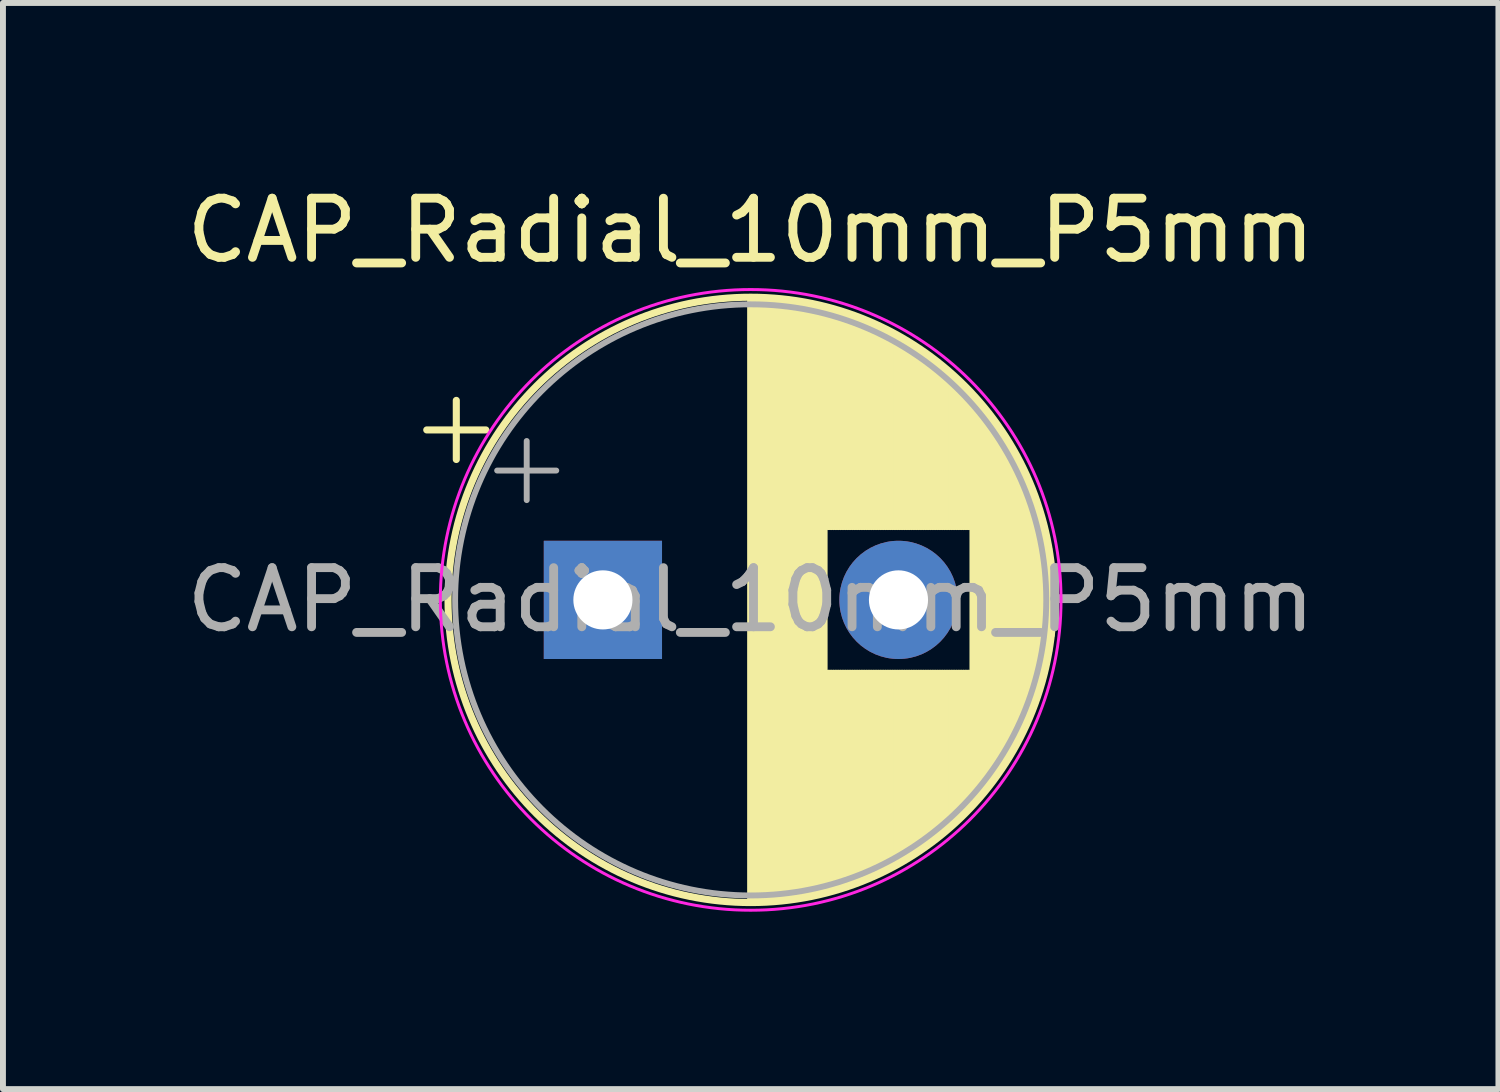
<source format=kicad_pcb>
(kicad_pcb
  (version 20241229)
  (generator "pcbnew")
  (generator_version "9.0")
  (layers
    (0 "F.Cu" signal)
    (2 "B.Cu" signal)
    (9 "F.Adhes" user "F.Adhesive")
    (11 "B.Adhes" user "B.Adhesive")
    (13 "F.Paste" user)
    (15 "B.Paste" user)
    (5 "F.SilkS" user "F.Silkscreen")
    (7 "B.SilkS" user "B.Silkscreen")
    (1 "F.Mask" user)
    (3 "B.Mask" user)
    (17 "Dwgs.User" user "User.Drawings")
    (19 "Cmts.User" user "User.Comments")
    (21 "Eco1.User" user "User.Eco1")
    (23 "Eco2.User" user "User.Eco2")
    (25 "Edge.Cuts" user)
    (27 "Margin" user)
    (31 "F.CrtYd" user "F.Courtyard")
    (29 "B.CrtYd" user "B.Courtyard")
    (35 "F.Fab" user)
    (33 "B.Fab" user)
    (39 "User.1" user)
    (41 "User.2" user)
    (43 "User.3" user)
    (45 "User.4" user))
  (footprint "CAP_Radial_10mm_P5mm"
    (layer "F.Cu")
    (at 7.149 7.098)
    (property "Reference" "CAP_Radial_10mm_P5mm" (at 2.5 -6.25 0) (layer "F.SilkS") (effects (font (size 1 1) (thickness 0.15))))
    (attr through_hole)
    (fp_line (start -2.98 -2.875) (end -1.98 -2.875) (stroke (width 0.12) (type solid)) (layer "F.SilkS"))
    (fp_line (start -2.48 -3.375) (end -2.48 -2.375) (stroke (width 0.12) (type solid)) (layer "F.SilkS"))
    (fp_line (start 2.5 -5.08) (end 2.5 5.08) (stroke (width 0.12) (type solid)) (layer "F.SilkS"))
    (fp_line (start 2.54 -5.08) (end 2.54 5.08) (stroke (width 0.12) (type solid)) (layer "F.SilkS"))
    (fp_line (start 2.58 -5.08) (end 2.58 5.08) (stroke (width 0.12) (type solid)) (layer "F.SilkS"))
    (fp_line (start 2.62 -5.079) (end 2.62 5.079) (stroke (width 0.12) (type solid)) (layer "F.SilkS"))
    (fp_line (start 2.66 -5.078) (end 2.66 5.078) (stroke (width 0.12) (type solid)) (layer "F.SilkS"))
    (fp_line (start 2.7 -5.077) (end 2.7 5.077) (stroke (width 0.12) (type solid)) (layer "F.SilkS"))
    (fp_line (start 2.74 -5.075) (end 2.74 5.075) (stroke (width 0.12) (type solid)) (layer "F.SilkS"))
    (fp_line (start 2.78 -5.073) (end 2.78 5.073) (stroke (width 0.12) (type solid)) (layer "F.SilkS"))
    (fp_line (start 2.82 -5.07) (end 2.82 5.07) (stroke (width 0.12) (type solid)) (layer "F.SilkS"))
    (fp_line (start 2.86 -5.068) (end 2.86 5.068) (stroke (width 0.12) (type solid)) (layer "F.SilkS"))
    (fp_line (start 2.9 -5.065) (end 2.9 5.065) (stroke (width 0.12) (type solid)) (layer "F.SilkS"))
    (fp_line (start 2.94 -5.062) (end 2.94 5.062) (stroke (width 0.12) (type solid)) (layer "F.SilkS"))
    (fp_line (start 2.98 -5.058) (end 2.98 5.058) (stroke (width 0.12) (type solid)) (layer "F.SilkS"))
    (fp_line (start 3.02 -5.054) (end 3.02 5.054) (stroke (width 0.12) (type solid)) (layer "F.SilkS"))
    (fp_line (start 3.06 -5.05) (end 3.06 5.05) (stroke (width 0.12) (type solid)) (layer "F.SilkS"))
    (fp_line (start 3.1 -5.045) (end 3.1 5.045) (stroke (width 0.12) (type solid)) (layer "F.SilkS"))
    (fp_line (start 3.14 -5.04) (end 3.14 5.04) (stroke (width 0.12) (type solid)) (layer "F.SilkS"))
    (fp_line (start 3.18 -5.035) (end 3.18 5.035) (stroke (width 0.12) (type solid)) (layer "F.SilkS"))
    (fp_line (start 3.221 -5.03) (end 3.221 5.03) (stroke (width 0.12) (type solid)) (layer "F.SilkS"))
    (fp_line (start 3.261 -5.024) (end 3.261 5.024) (stroke (width 0.12) (type solid)) (layer "F.SilkS"))
    (fp_line (start 3.301 -5.018) (end 3.301 5.018) (stroke (width 0.12) (type solid)) (layer "F.SilkS"))
    (fp_line (start 3.341 -5.011) (end 3.341 5.011) (stroke (width 0.12) (type solid)) (layer "F.SilkS"))
    (fp_line (start 3.381 -5.004) (end 3.381 5.004) (stroke (width 0.12) (type solid)) (layer "F.SilkS"))
    (fp_line (start 3.421 -4.997) (end 3.421 4.997) (stroke (width 0.12) (type solid)) (layer "F.SilkS"))
    (fp_line (start 3.461 -4.99) (end 3.461 4.99) (stroke (width 0.12) (type solid)) (layer "F.SilkS"))
    (fp_line (start 3.501 -4.982) (end 3.501 4.982) (stroke (width 0.12) (type solid)) (layer "F.SilkS"))
    (fp_line (start 3.541 -4.974) (end 3.541 4.974) (stroke (width 0.12) (type solid)) (layer "F.SilkS"))
    (fp_line (start 3.581 -4.965) (end 3.581 4.965) (stroke (width 0.12) (type solid)) (layer "F.SilkS"))
    (fp_line (start 3.621 -4.956) (end 3.621 4.956) (stroke (width 0.12) (type solid)) (layer "F.SilkS"))
    (fp_line (start 3.661 -4.947) (end 3.661 4.947) (stroke (width 0.12) (type solid)) (layer "F.SilkS"))
    (fp_line (start 3.701 -4.938) (end 3.701 4.938) (stroke (width 0.12) (type solid)) (layer "F.SilkS"))
    (fp_line (start 3.741 -4.928) (end 3.741 4.928) (stroke (width 0.12) (type solid)) (layer "F.SilkS"))
    (fp_line (start 3.781 -4.918) (end 3.781 -1.241) (stroke (width 0.12) (type solid)) (layer "F.SilkS"))
    (fp_line (start 3.781 1.241) (end 3.781 4.918) (stroke (width 0.12) (type solid)) (layer "F.SilkS"))
    (fp_line (start 3.821 -4.907) (end 3.821 -1.241) (stroke (width 0.12) (type solid)) (layer "F.SilkS"))
    (fp_line (start 3.821 1.241) (end 3.821 4.907) (stroke (width 0.12) (type solid)) (layer "F.SilkS"))
    (fp_line (start 3.861 -4.897) (end 3.861 -1.241) (stroke (width 0.12) (type solid)) (layer "F.SilkS"))
    (fp_line (start 3.861 1.241) (end 3.861 4.897) (stroke (width 0.12) (type solid)) (layer "F.SilkS"))
    (fp_line (start 3.901 -4.885) (end 3.901 -1.241) (stroke (width 0.12) (type solid)) (layer "F.SilkS"))
    (fp_line (start 3.901 1.241) (end 3.901 4.885) (stroke (width 0.12) (type solid)) (layer "F.SilkS"))
    (fp_line (start 3.941 -4.874) (end 3.941 -1.241) (stroke (width 0.12) (type solid)) (layer "F.SilkS"))
    (fp_line (start 3.941 1.241) (end 3.941 4.874) (stroke (width 0.12) (type solid)) (layer "F.SilkS"))
    (fp_line (start 3.981 -4.862) (end 3.981 -1.241) (stroke (width 0.12) (type solid)) (layer "F.SilkS"))
    (fp_line (start 3.981 1.241) (end 3.981 4.862) (stroke (width 0.12) (type solid)) (layer "F.SilkS"))
    (fp_line (start 4.021 -4.85) (end 4.021 -1.241) (stroke (width 0.12) (type solid)) (layer "F.SilkS"))
    (fp_line (start 4.021 1.241) (end 4.021 4.85) (stroke (width 0.12) (type solid)) (layer "F.SilkS"))
    (fp_line (start 4.061 -4.837) (end 4.061 -1.241) (stroke (width 0.12) (type solid)) (layer "F.SilkS"))
    (fp_line (start 4.061 1.241) (end 4.061 4.837) (stroke (width 0.12) (type solid)) (layer "F.SilkS"))
    (fp_line (start 4.101 -4.824) (end 4.101 -1.241) (stroke (width 0.12) (type solid)) (layer "F.SilkS"))
    (fp_line (start 4.101 1.241) (end 4.101 4.824) (stroke (width 0.12) (type solid)) (layer "F.SilkS"))
    (fp_line (start 4.141 -4.811) (end 4.141 -1.241) (stroke (width 0.12) (type solid)) (layer "F.SilkS"))
    (fp_line (start 4.141 1.241) (end 4.141 4.811) (stroke (width 0.12) (type solid)) (layer "F.SilkS"))
    (fp_line (start 4.181 -4.797) (end 4.181 -1.241) (stroke (width 0.12) (type solid)) (layer "F.SilkS"))
    (fp_line (start 4.181 1.241) (end 4.181 4.797) (stroke (width 0.12) (type solid)) (layer "F.SilkS"))
    (fp_line (start 4.221 -4.783) (end 4.221 -1.241) (stroke (width 0.12) (type solid)) (layer "F.SilkS"))
    (fp_line (start 4.221 1.241) (end 4.221 4.783) (stroke (width 0.12) (type solid)) (layer "F.SilkS"))
    (fp_line (start 4.261 -4.768) (end 4.261 -1.241) (stroke (width 0.12) (type solid)) (layer "F.SilkS"))
    (fp_line (start 4.261 1.241) (end 4.261 4.768) (stroke (width 0.12) (type solid)) (layer "F.SilkS"))
    (fp_line (start 4.301 -4.754) (end 4.301 -1.241) (stroke (width 0.12) (type solid)) (layer "F.SilkS"))
    (fp_line (start 4.301 1.241) (end 4.301 4.754) (stroke (width 0.12) (type solid)) (layer "F.SilkS"))
    (fp_line (start 4.341 -4.738) (end 4.341 -1.241) (stroke (width 0.12) (type solid)) (layer "F.SilkS"))
    (fp_line (start 4.341 1.241) (end 4.341 4.738) (stroke (width 0.12) (type solid)) (layer "F.SilkS"))
    (fp_line (start 4.381 -4.723) (end 4.381 -1.241) (stroke (width 0.12) (type solid)) (layer "F.SilkS"))
    (fp_line (start 4.381 1.241) (end 4.381 4.723) (stroke (width 0.12) (type solid)) (layer "F.SilkS"))
    (fp_line (start 4.421 -4.707) (end 4.421 -1.241) (stroke (width 0.12) (type solid)) (layer "F.SilkS"))
    (fp_line (start 4.421 1.241) (end 4.421 4.707) (stroke (width 0.12) (type solid)) (layer "F.SilkS"))
    (fp_line (start 4.461 -4.69) (end 4.461 -1.241) (stroke (width 0.12) (type solid)) (layer "F.SilkS"))
    (fp_line (start 4.461 1.241) (end 4.461 4.69) (stroke (width 0.12) (type solid)) (layer "F.SilkS"))
    (fp_line (start 4.501 -4.674) (end 4.501 -1.241) (stroke (width 0.12) (type solid)) (layer "F.SilkS"))
    (fp_line (start 4.501 1.241) (end 4.501 4.674) (stroke (width 0.12) (type solid)) (layer "F.SilkS"))
    (fp_line (start 4.541 -4.657) (end 4.541 -1.241) (stroke (width 0.12) (type solid)) (layer "F.SilkS"))
    (fp_line (start 4.541 1.241) (end 4.541 4.657) (stroke (width 0.12) (type solid)) (layer "F.SilkS"))
    (fp_line (start 4.581 -4.639) (end 4.581 -1.241) (stroke (width 0.12) (type solid)) (layer "F.SilkS"))
    (fp_line (start 4.581 1.241) (end 4.581 4.639) (stroke (width 0.12) (type solid)) (layer "F.SilkS"))
    (fp_line (start 4.621 -4.621) (end 4.621 -1.241) (stroke (width 0.12) (type solid)) (layer "F.SilkS"))
    (fp_line (start 4.621 1.241) (end 4.621 4.621) (stroke (width 0.12) (type solid)) (layer "F.SilkS"))
    (fp_line (start 4.661 -4.603) (end 4.661 -1.241) (stroke (width 0.12) (type solid)) (layer "F.SilkS"))
    (fp_line (start 4.661 1.241) (end 4.661 4.603) (stroke (width 0.12) (type solid)) (layer "F.SilkS"))
    (fp_line (start 4.701 -4.584) (end 4.701 -1.241) (stroke (width 0.12) (type solid)) (layer "F.SilkS"))
    (fp_line (start 4.701 1.241) (end 4.701 4.584) (stroke (width 0.12) (type solid)) (layer "F.SilkS"))
    (fp_line (start 4.741 -4.564) (end 4.741 -1.241) (stroke (width 0.12) (type solid)) (layer "F.SilkS"))
    (fp_line (start 4.741 1.241) (end 4.741 4.564) (stroke (width 0.12) (type solid)) (layer "F.SilkS"))
    (fp_line (start 4.781 -4.545) (end 4.781 -1.241) (stroke (width 0.12) (type solid)) (layer "F.SilkS"))
    (fp_line (start 4.781 1.241) (end 4.781 4.545) (stroke (width 0.12) (type solid)) (layer "F.SilkS"))
    (fp_line (start 4.821 -4.525) (end 4.821 -1.241) (stroke (width 0.12) (type solid)) (layer "F.SilkS"))
    (fp_line (start 4.821 1.241) (end 4.821 4.525) (stroke (width 0.12) (type solid)) (layer "F.SilkS"))
    (fp_line (start 4.861 -4.504) (end 4.861 -1.241) (stroke (width 0.12) (type solid)) (layer "F.SilkS"))
    (fp_line (start 4.861 1.241) (end 4.861 4.504) (stroke (width 0.12) (type solid)) (layer "F.SilkS"))
    (fp_line (start 4.901 -4.483) (end 4.901 -1.241) (stroke (width 0.12) (type solid)) (layer "F.SilkS"))
    (fp_line (start 4.901 1.241) (end 4.901 4.483) (stroke (width 0.12) (type solid)) (layer "F.SilkS"))
    (fp_line (start 4.941 -4.462) (end 4.941 -1.241) (stroke (width 0.12) (type solid)) (layer "F.SilkS"))
    (fp_line (start 4.941 1.241) (end 4.941 4.462) (stroke (width 0.12) (type solid)) (layer "F.SilkS"))
    (fp_line (start 4.981 -4.44) (end 4.981 -1.241) (stroke (width 0.12) (type solid)) (layer "F.SilkS"))
    (fp_line (start 4.981 1.241) (end 4.981 4.44) (stroke (width 0.12) (type solid)) (layer "F.SilkS"))
    (fp_line (start 5.021 -4.417) (end 5.021 -1.241) (stroke (width 0.12) (type solid)) (layer "F.SilkS"))
    (fp_line (start 5.021 1.241) (end 5.021 4.417) (stroke (width 0.12) (type solid)) (layer "F.SilkS"))
    (fp_line (start 5.061 -4.395) (end 5.061 -1.241) (stroke (width 0.12) (type solid)) (layer "F.SilkS"))
    (fp_line (start 5.061 1.241) (end 5.061 4.395) (stroke (width 0.12) (type solid)) (layer "F.SilkS"))
    (fp_line (start 5.101 -4.371) (end 5.101 -1.241) (stroke (width 0.12) (type solid)) (layer "F.SilkS"))
    (fp_line (start 5.101 1.241) (end 5.101 4.371) (stroke (width 0.12) (type solid)) (layer "F.SilkS"))
    (fp_line (start 5.141 -4.347) (end 5.141 -1.241) (stroke (width 0.12) (type solid)) (layer "F.SilkS"))
    (fp_line (start 5.141 1.241) (end 5.141 4.347) (stroke (width 0.12) (type solid)) (layer "F.SilkS"))
    (fp_line (start 5.181 -4.323) (end 5.181 -1.241) (stroke (width 0.12) (type solid)) (layer "F.SilkS"))
    (fp_line (start 5.181 1.241) (end 5.181 4.323) (stroke (width 0.12) (type solid)) (layer "F.SilkS"))
    (fp_line (start 5.221 -4.298) (end 5.221 -1.241) (stroke (width 0.12) (type solid)) (layer "F.SilkS"))
    (fp_line (start 5.221 1.241) (end 5.221 4.298) (stroke (width 0.12) (type solid)) (layer "F.SilkS"))
    (fp_line (start 5.261 -4.273) (end 5.261 -1.241) (stroke (width 0.12) (type solid)) (layer "F.SilkS"))
    (fp_line (start 5.261 1.241) (end 5.261 4.273) (stroke (width 0.12) (type solid)) (layer "F.SilkS"))
    (fp_line (start 5.301 -4.247) (end 5.301 -1.241) (stroke (width 0.12) (type solid)) (layer "F.SilkS"))
    (fp_line (start 5.301 1.241) (end 5.301 4.247) (stroke (width 0.12) (type solid)) (layer "F.SilkS"))
    (fp_line (start 5.341 -4.221) (end 5.341 -1.241) (stroke (width 0.12) (type solid)) (layer "F.SilkS"))
    (fp_line (start 5.341 1.241) (end 5.341 4.221) (stroke (width 0.12) (type solid)) (layer "F.SilkS"))
    (fp_line (start 5.381 -4.194) (end 5.381 -1.241) (stroke (width 0.12) (type solid)) (layer "F.SilkS"))
    (fp_line (start 5.381 1.241) (end 5.381 4.194) (stroke (width 0.12) (type solid)) (layer "F.SilkS"))
    (fp_line (start 5.421 -4.166) (end 5.421 -1.241) (stroke (width 0.12) (type solid)) (layer "F.SilkS"))
    (fp_line (start 5.421 1.241) (end 5.421 4.166) (stroke (width 0.12) (type solid)) (layer "F.SilkS"))
    (fp_line (start 5.461 -4.138) (end 5.461 -1.241) (stroke (width 0.12) (type solid)) (layer "F.SilkS"))
    (fp_line (start 5.461 1.241) (end 5.461 4.138) (stroke (width 0.12) (type solid)) (layer "F.SilkS"))
    (fp_line (start 5.501 -4.11) (end 5.501 -1.241) (stroke (width 0.12) (type solid)) (layer "F.SilkS"))
    (fp_line (start 5.501 1.241) (end 5.501 4.11) (stroke (width 0.12) (type solid)) (layer "F.SilkS"))
    (fp_line (start 5.541 -4.08) (end 5.541 -1.241) (stroke (width 0.12) (type solid)) (layer "F.SilkS"))
    (fp_line (start 5.541 1.241) (end 5.541 4.08) (stroke (width 0.12) (type solid)) (layer "F.SilkS"))
    (fp_line (start 5.581 -4.05) (end 5.581 -1.241) (stroke (width 0.12) (type solid)) (layer "F.SilkS"))
    (fp_line (start 5.581 1.241) (end 5.581 4.05) (stroke (width 0.12) (type solid)) (layer "F.SilkS"))
    (fp_line (start 5.621 -4.02) (end 5.621 -1.241) (stroke (width 0.12) (type solid)) (layer "F.SilkS"))
    (fp_line (start 5.621 1.241) (end 5.621 4.02) (stroke (width 0.12) (type solid)) (layer "F.SilkS"))
    (fp_line (start 5.661 -3.989) (end 5.661 -1.241) (stroke (width 0.12) (type solid)) (layer "F.SilkS"))
    (fp_line (start 5.661 1.241) (end 5.661 3.989) (stroke (width 0.12) (type solid)) (layer "F.SilkS"))
    (fp_line (start 5.701 -3.957) (end 5.701 -1.241) (stroke (width 0.12) (type solid)) (layer "F.SilkS"))
    (fp_line (start 5.701 1.241) (end 5.701 3.957) (stroke (width 0.12) (type solid)) (layer "F.SilkS"))
    (fp_line (start 5.741 -3.925) (end 5.741 -1.241) (stroke (width 0.12) (type solid)) (layer "F.SilkS"))
    (fp_line (start 5.741 1.241) (end 5.741 3.925) (stroke (width 0.12) (type solid)) (layer "F.SilkS"))
    (fp_line (start 5.781 -3.892) (end 5.781 -1.241) (stroke (width 0.12) (type solid)) (layer "F.SilkS"))
    (fp_line (start 5.781 1.241) (end 5.781 3.892) (stroke (width 0.12) (type solid)) (layer "F.SilkS"))
    (fp_line (start 5.821 -3.858) (end 5.821 -1.241) (stroke (width 0.12) (type solid)) (layer "F.SilkS"))
    (fp_line (start 5.821 1.241) (end 5.821 3.858) (stroke (width 0.12) (type solid)) (layer "F.SilkS"))
    (fp_line (start 5.861 -3.824) (end 5.861 -1.241) (stroke (width 0.12) (type solid)) (layer "F.SilkS"))
    (fp_line (start 5.861 1.241) (end 5.861 3.824) (stroke (width 0.12) (type solid)) (layer "F.SilkS"))
    (fp_line (start 5.901 -3.789) (end 5.901 -1.241) (stroke (width 0.12) (type solid)) (layer "F.SilkS"))
    (fp_line (start 5.901 1.241) (end 5.901 3.789) (stroke (width 0.12) (type solid)) (layer "F.SilkS"))
    (fp_line (start 5.941 -3.753) (end 5.941 -1.241) (stroke (width 0.12) (type solid)) (layer "F.SilkS"))
    (fp_line (start 5.941 1.241) (end 5.941 3.753) (stroke (width 0.12) (type solid)) (layer "F.SilkS"))
    (fp_line (start 5.981 -3.716) (end 5.981 -1.241) (stroke (width 0.12) (type solid)) (layer "F.SilkS"))
    (fp_line (start 5.981 1.241) (end 5.981 3.716) (stroke (width 0.12) (type solid)) (layer "F.SilkS"))
    (fp_line (start 6.021 -3.679) (end 6.021 -1.241) (stroke (width 0.12) (type solid)) (layer "F.SilkS"))
    (fp_line (start 6.021 1.241) (end 6.021 3.679) (stroke (width 0.12) (type solid)) (layer "F.SilkS"))
    (fp_line (start 6.061 -3.64) (end 6.061 -1.241) (stroke (width 0.12) (type solid)) (layer "F.SilkS"))
    (fp_line (start 6.061 1.241) (end 6.061 3.64) (stroke (width 0.12) (type solid)) (layer "F.SilkS"))
    (fp_line (start 6.101 -3.601) (end 6.101 -1.241) (stroke (width 0.12) (type solid)) (layer "F.SilkS"))
    (fp_line (start 6.101 1.241) (end 6.101 3.601) (stroke (width 0.12) (type solid)) (layer "F.SilkS"))
    (fp_line (start 6.141 -3.561) (end 6.141 -1.241) (stroke (width 0.12) (type solid)) (layer "F.SilkS"))
    (fp_line (start 6.141 1.241) (end 6.141 3.561) (stroke (width 0.12) (type solid)) (layer "F.SilkS"))
    (fp_line (start 6.181 -3.52) (end 6.181 -1.241) (stroke (width 0.12) (type solid)) (layer "F.SilkS"))
    (fp_line (start 6.181 1.241) (end 6.181 3.52) (stroke (width 0.12) (type solid)) (layer "F.SilkS"))
    (fp_line (start 6.221 -3.478) (end 6.221 -1.241) (stroke (width 0.12) (type solid)) (layer "F.SilkS"))
    (fp_line (start 6.221 1.241) (end 6.221 3.478) (stroke (width 0.12) (type solid)) (layer "F.SilkS"))
    (fp_line (start 6.261 -3.436) (end 6.261 3.436) (stroke (width 0.12) (type solid)) (layer "F.SilkS"))
    (fp_line (start 6.301 -3.392) (end 6.301 3.392) (stroke (width 0.12) (type solid)) (layer "F.SilkS"))
    (fp_line (start 6.341 -3.347) (end 6.341 3.347) (stroke (width 0.12) (type solid)) (layer "F.SilkS"))
    (fp_line (start 6.381 -3.301) (end 6.381 3.301) (stroke (width 0.12) (type solid)) (layer "F.SilkS"))
    (fp_line (start 6.421 -3.254) (end 6.421 3.254) (stroke (width 0.12) (type solid)) (layer "F.SilkS"))
    (fp_line (start 6.461 -3.206) (end 6.461 3.206) (stroke (width 0.12) (type solid)) (layer "F.SilkS"))
    (fp_line (start 6.501 -3.156) (end 6.501 3.156) (stroke (width 0.12) (type solid)) (layer "F.SilkS"))
    (fp_line (start 6.541 -3.106) (end 6.541 3.106) (stroke (width 0.12) (type solid)) (layer "F.SilkS"))
    (fp_line (start 6.581 -3.054) (end 6.581 3.054) (stroke (width 0.12) (type solid)) (layer "F.SilkS"))
    (fp_line (start 6.621 -3) (end 6.621 3) (stroke (width 0.12) (type solid)) (layer "F.SilkS"))
    (fp_line (start 6.661 -2.945) (end 6.661 2.945) (stroke (width 0.12) (type solid)) (layer "F.SilkS"))
    (fp_line (start 6.701 -2.889) (end 6.701 2.889) (stroke (width 0.12) (type solid)) (layer "F.SilkS"))
    (fp_line (start 6.741 -2.83) (end 6.741 2.83) (stroke (width 0.12) (type solid)) (layer "F.SilkS"))
    (fp_line (start 6.781 -2.77) (end 6.781 2.77) (stroke (width 0.12) (type solid)) (layer "F.SilkS"))
    (fp_line (start 6.821 -2.709) (end 6.821 2.709) (stroke (width 0.12) (type solid)) (layer "F.SilkS"))
    (fp_line (start 6.861 -2.645) (end 6.861 2.645) (stroke (width 0.12) (type solid)) (layer "F.SilkS"))
    (fp_line (start 6.901 -2.579) (end 6.901 2.579) (stroke (width 0.12) (type solid)) (layer "F.SilkS"))
    (fp_line (start 6.941 -2.51) (end 6.941 2.51) (stroke (width 0.12) (type solid)) (layer "F.SilkS"))
    (fp_line (start 6.981 -2.439) (end 6.981 2.439) (stroke (width 0.12) (type solid)) (layer "F.SilkS"))
    (fp_line (start 7.021 -2.365) (end 7.021 2.365) (stroke (width 0.12) (type solid)) (layer "F.SilkS"))
    (fp_line (start 7.061 -2.289) (end 7.061 2.289) (stroke (width 0.12) (type solid)) (layer "F.SilkS"))
    (fp_line (start 7.101 -2.209) (end 7.101 2.209) (stroke (width 0.12) (type solid)) (layer "F.SilkS"))
    (fp_line (start 7.141 -2.125) (end 7.141 2.125) (stroke (width 0.12) (type solid)) (layer "F.SilkS"))
    (fp_line (start 7.181 -2.037) (end 7.181 2.037) (stroke (width 0.12) (type solid)) (layer "F.SilkS"))
    (fp_line (start 7.221 -1.944) (end 7.221 1.944) (stroke (width 0.12) (type solid)) (layer "F.SilkS"))
    (fp_line (start 7.261 -1.846) (end 7.261 1.846) (stroke (width 0.12) (type solid)) (layer "F.SilkS"))
    (fp_line (start 7.301 -1.742) (end 7.301 1.742) (stroke (width 0.12) (type solid)) (layer "F.SilkS"))
    (fp_line (start 7.341 -1.63) (end 7.341 1.63) (stroke (width 0.12) (type solid)) (layer "F.SilkS"))
    (fp_line (start 7.381 -1.51) (end 7.381 1.51) (stroke (width 0.12) (type solid)) (layer "F.SilkS"))
    (fp_line (start 7.421 -1.378) (end 7.421 1.378) (stroke (width 0.12) (type solid)) (layer "F.SilkS"))
    (fp_line (start 7.461 -1.23) (end 7.461 1.23) (stroke (width 0.12) (type solid)) (layer "F.SilkS"))
    (fp_line (start 7.501 -1.062) (end 7.501 1.062) (stroke (width 0.12) (type solid)) (layer "F.SilkS"))
    (fp_line (start 7.541 -0.862) (end 7.541 0.862) (stroke (width 0.12) (type solid)) (layer "F.SilkS"))
    (fp_line (start 7.581 -0.599) (end 7.581 0.599) (stroke (width 0.12) (type solid)) (layer "F.SilkS"))
    (fp_circle (center 2.5 0) (end 7.62 0) (stroke (width 0.12) (type solid)) (fill no) (layer "F.SilkS"))
    (fp_circle (center 2.5 0) (end 7.75 0) (stroke (width 0.05) (type solid)) (fill no) (layer "F.CrtYd"))
    (fp_line (start -1.789 -2.188) (end -0.789 -2.188) (stroke (width 0.1) (type solid)) (layer "F.Fab"))
    (fp_line (start -1.289 -2.688) (end -1.289 -1.688) (stroke (width 0.1) (type solid)) (layer "F.Fab"))
    (fp_circle (center 2.5 0) (end 7.5 0) (stroke (width 0.1) (type solid)) (fill no) (layer "F.Fab"))
    (fp_text user "${REFERENCE}" (at 2.5 0 0) (layer "F.Fab") (effects (font (size 1 1) (thickness 0.15))))
    (pad "1" thru_hole rect (at 0 0) (size 2 2) (drill 1) (layers "*.Cu" "*.Mask"))
    (pad "2" thru_hole circle (at 5 0) (size 2 2) (drill 1) (layers "*.Cu" "*.Mask")))
  (gr_rect
    (start -3 -3)
    (end 22.298 15.373)
    (stroke (width 0.1) (type default))
    (fill no)
    (layer "Edge.Cuts")))
</source>
